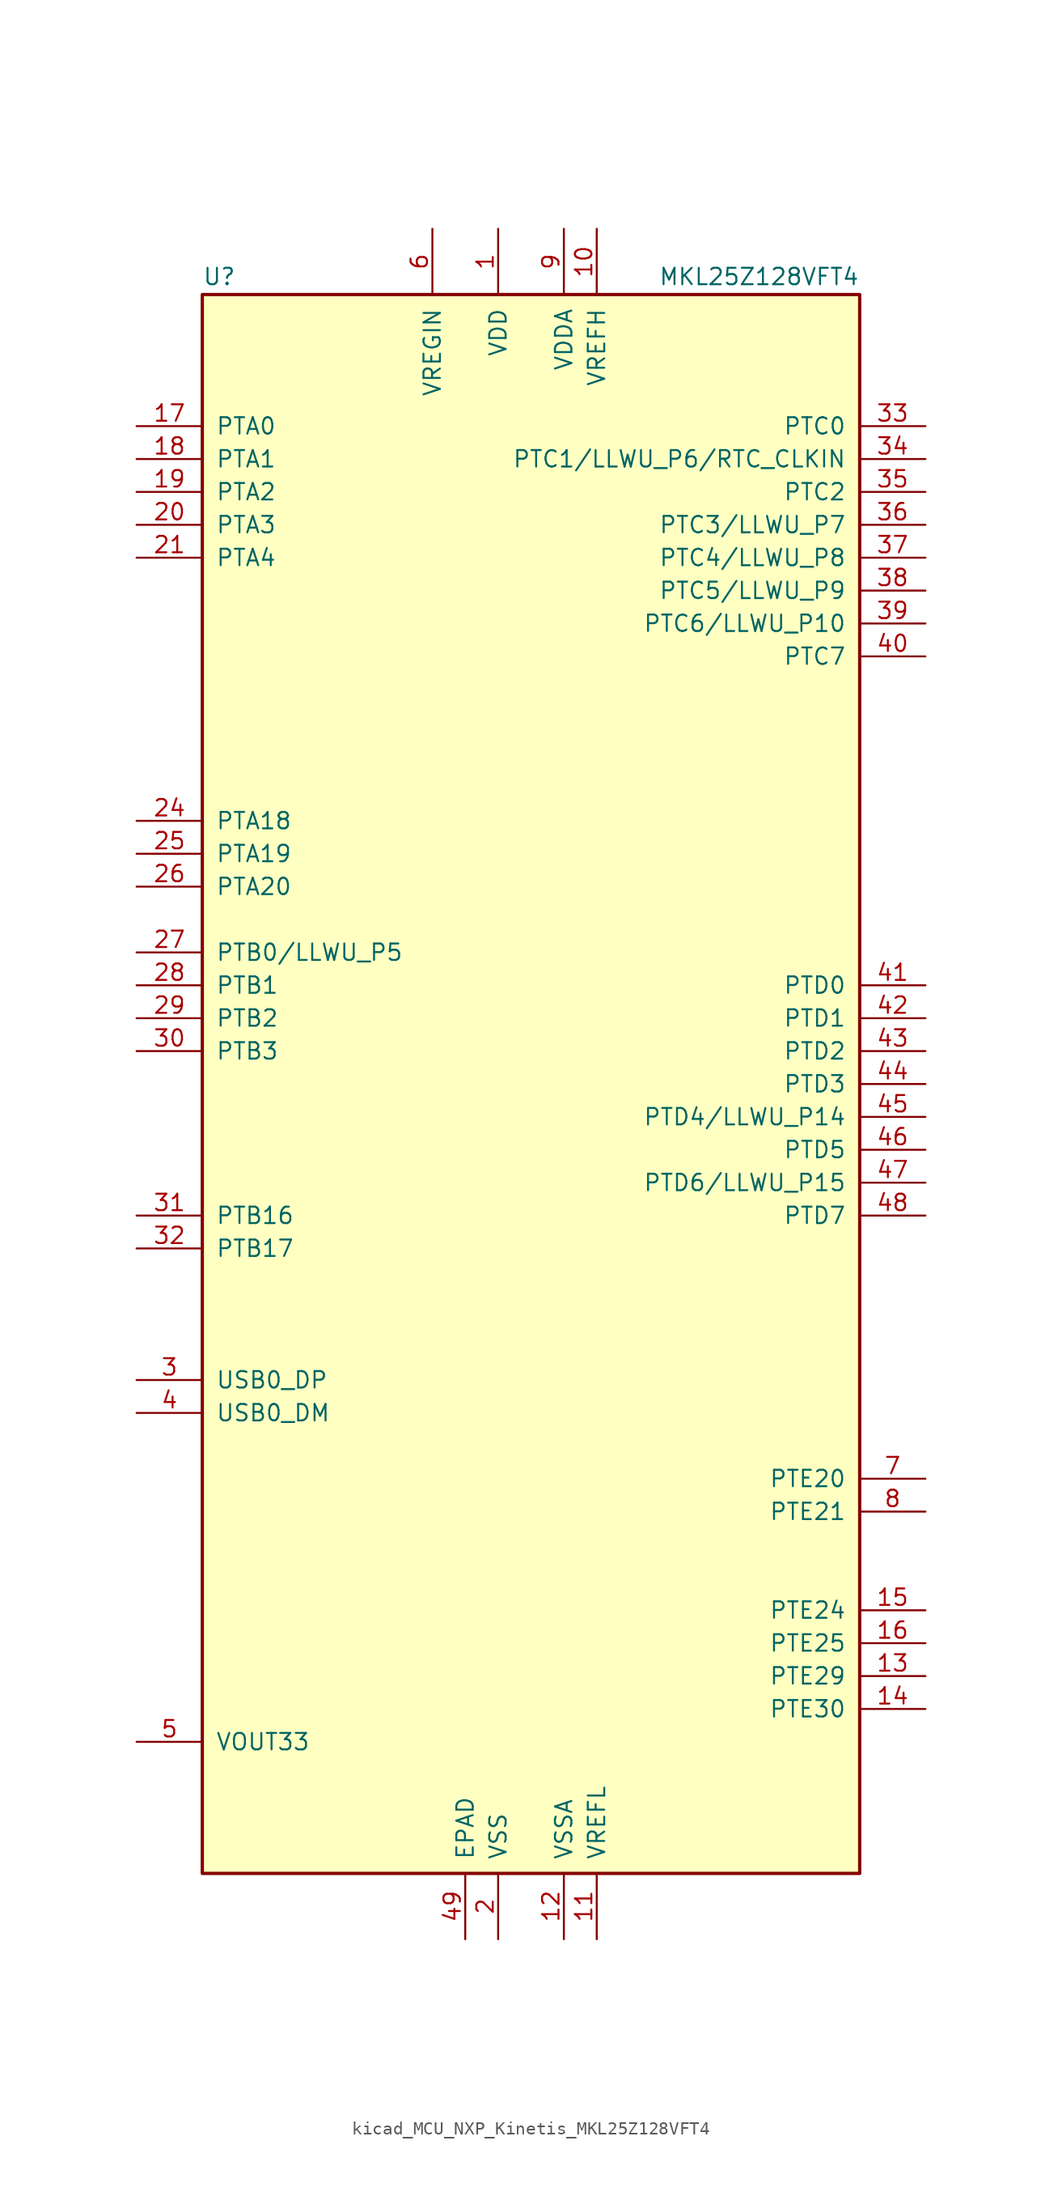
<source format=kicad_sym>
(kicad_symbol_lib
  (version 20220914)
  (generator kicad_symbol_editor)
  (symbol "kicad_MCU_NXP_Kinetis_MKL25Z128VFT4"
    (pin_names
      (offset 1.016))
    (property "Reference" "U"
      (at -25.4 61.595 0)
      (effects (font (size 1.27 1.27)) (justify left bottom)))
    (property "Value" "MKL25Z128VFT4"
      (at 25.4 61.595 0)
      (effects (font (size 1.27 1.27)) (justify right bottom)))
    (symbol "kicad_MCU_NXP_Kinetis_MKL25Z128VFT4_0_1"
      (rectangle (start -25.4 60.96) (end 25.4 -60.96) (stroke (width 0.254) (type default)) (fill (type background))))
    (symbol "kicad_MCU_NXP_Kinetis_MKL25Z128VFT4_1_1"
      (pin power_in line (at -2.54 66.04 270) (length 5.08) (name "VDD" (effects (font (size 1.27 1.27)))) (number "1" (effects (font (size 1.27 1.27)))))
      (pin power_in line (at 5.08 66.04 270) (length 5.08) (name "VREFH" (effects (font (size 1.27 1.27)))) (number "10" (effects (font (size 1.27 1.27)))))
      (pin power_in line (at 5.08 -66.04 90) (length 5.08) (name "VREFL" (effects (font (size 1.27 1.27)))) (number "11" (effects (font (size 1.27 1.27)))))
      (pin power_in line (at 2.54 -66.04 90) (length 5.08) (name "VSSA" (effects (font (size 1.27 1.27)))) (number "12" (effects (font (size 1.27 1.27)))))
      (pin bidirectional line (at 30.48 -45.72 180) (length 5.08) (name "PTE29" (effects (font (size 1.27 1.27)))) (number "13" (effects (font (size 1.27 1.27)))))
      (pin bidirectional line (at 30.48 -48.26 180) (length 5.08) (name "PTE30" (effects (font (size 1.27 1.27)))) (number "14" (effects (font (size 1.27 1.27)))))
      (pin bidirectional line (at 30.48 -40.64 180) (length 5.08) (name "PTE24" (effects (font (size 1.27 1.27)))) (number "15" (effects (font (size 1.27 1.27)))))
      (pin bidirectional line (at 30.48 -43.18 180) (length 5.08) (name "PTE25" (effects (font (size 1.27 1.27)))) (number "16" (effects (font (size 1.27 1.27)))))
      (pin bidirectional line (at -30.48 50.8 0) (length 5.08) (name "PTA0" (effects (font (size 1.27 1.27)))) (number "17" (effects (font (size 1.27 1.27)))))
      (pin bidirectional line (at -30.48 48.26 0) (length 5.08) (name "PTA1" (effects (font (size 1.27 1.27)))) (number "18" (effects (font (size 1.27 1.27)))))
      (pin bidirectional line (at -30.48 45.72 0) (length 5.08) (name "PTA2" (effects (font (size 1.27 1.27)))) (number "19" (effects (font (size 1.27 1.27)))))
      (pin power_in line (at -2.54 -66.04 90) (length 5.08) (name "VSS" (effects (font (size 1.27 1.27)))) (number "2" (effects (font (size 1.27 1.27)))))
      (pin bidirectional line (at -30.48 43.18 0) (length 5.08) (name "PTA3" (effects (font (size 1.27 1.27)))) (number "20" (effects (font (size 1.27 1.27)))))
      (pin bidirectional line (at -30.48 40.64 0) (length 5.08) (name "PTA4" (effects (font (size 1.27 1.27)))) (number "21" (effects (font (size 1.27 1.27)))))
      (pin passive line (at -2.54 66.04 270) (length 5.08) hide (name "VDD" (effects (font (size 1.27 1.27)))) (number "22" (effects (font (size 1.27 1.27)))))
      (pin passive line (at -2.54 -66.04 90) (length 5.08) hide (name "VSS" (effects (font (size 1.27 1.27)))) (number "23" (effects (font (size 1.27 1.27)))))
      (pin bidirectional line (at -30.48 20.32 0) (length 5.08) (name "PTA18" (effects (font (size 1.27 1.27)))) (number "24" (effects (font (size 1.27 1.27)))))
      (pin bidirectional line (at -30.48 17.78 0) (length 5.08) (name "PTA19" (effects (font (size 1.27 1.27)))) (number "25" (effects (font (size 1.27 1.27)))))
      (pin bidirectional line (at -30.48 15.24 0) (length 5.08) (name "PTA20" (effects (font (size 1.27 1.27)))) (number "26" (effects (font (size 1.27 1.27)))))
      (pin bidirectional line (at -30.48 10.16 0) (length 5.08) (name "PTB0/LLWU_P5" (effects (font (size 1.27 1.27)))) (number "27" (effects (font (size 1.27 1.27)))))
      (pin bidirectional line (at -30.48 7.62 0) (length 5.08) (name "PTB1" (effects (font (size 1.27 1.27)))) (number "28" (effects (font (size 1.27 1.27)))))
      (pin bidirectional line (at -30.48 5.08 0) (length 5.08) (name "PTB2" (effects (font (size 1.27 1.27)))) (number "29" (effects (font (size 1.27 1.27)))))
      (pin bidirectional line (at -30.48 -22.86 0) (length 5.08) (name "USB0_DP" (effects (font (size 1.27 1.27)))) (number "3" (effects (font (size 1.27 1.27)))))
      (pin bidirectional line (at -30.48 2.54 0) (length 5.08) (name "PTB3" (effects (font (size 1.27 1.27)))) (number "30" (effects (font (size 1.27 1.27)))))
      (pin bidirectional line (at -30.48 -10.16 0) (length 5.08) (name "PTB16" (effects (font (size 1.27 1.27)))) (number "31" (effects (font (size 1.27 1.27)))))
      (pin bidirectional line (at -30.48 -12.7 0) (length 5.08) (name "PTB17" (effects (font (size 1.27 1.27)))) (number "32" (effects (font (size 1.27 1.27)))))
      (pin bidirectional line (at 30.48 50.8 180) (length 5.08) (name "PTC0" (effects (font (size 1.27 1.27)))) (number "33" (effects (font (size 1.27 1.27)))))
      (pin bidirectional line (at 30.48 48.26 180) (length 5.08) (name "PTC1/LLWU_P6/RTC_CLKIN" (effects (font (size 1.27 1.27)))) (number "34" (effects (font (size 1.27 1.27)))))
      (pin bidirectional line (at 30.48 45.72 180) (length 5.08) (name "PTC2" (effects (font (size 1.27 1.27)))) (number "35" (effects (font (size 1.27 1.27)))))
      (pin bidirectional line (at 30.48 43.18 180) (length 5.08) (name "PTC3/LLWU_P7" (effects (font (size 1.27 1.27)))) (number "36" (effects (font (size 1.27 1.27)))))
      (pin bidirectional line (at 30.48 40.64 180) (length 5.08) (name "PTC4/LLWU_P8" (effects (font (size 1.27 1.27)))) (number "37" (effects (font (size 1.27 1.27)))))
      (pin bidirectional line (at 30.48 38.1 180) (length 5.08) (name "PTC5/LLWU_P9" (effects (font (size 1.27 1.27)))) (number "38" (effects (font (size 1.27 1.27)))))
      (pin bidirectional line (at 30.48 35.56 180) (length 5.08) (name "PTC6/LLWU_P10" (effects (font (size 1.27 1.27)))) (number "39" (effects (font (size 1.27 1.27)))))
      (pin bidirectional line (at -30.48 -25.4 0) (length 5.08) (name "USB0_DM" (effects (font (size 1.27 1.27)))) (number "4" (effects (font (size 1.27 1.27)))))
      (pin bidirectional line (at 30.48 33.02 180) (length 5.08) (name "PTC7" (effects (font (size 1.27 1.27)))) (number "40" (effects (font (size 1.27 1.27)))))
      (pin bidirectional line (at 30.48 7.62 180) (length 5.08) (name "PTD0" (effects (font (size 1.27 1.27)))) (number "41" (effects (font (size 1.27 1.27)))))
      (pin bidirectional line (at 30.48 5.08 180) (length 5.08) (name "PTD1" (effects (font (size 1.27 1.27)))) (number "42" (effects (font (size 1.27 1.27)))))
      (pin bidirectional line (at 30.48 2.54 180) (length 5.08) (name "PTD2" (effects (font (size 1.27 1.27)))) (number "43" (effects (font (size 1.27 1.27)))))
      (pin bidirectional line (at 30.48 0 180) (length 5.08) (name "PTD3" (effects (font (size 1.27 1.27)))) (number "44" (effects (font (size 1.27 1.27)))))
      (pin bidirectional line (at 30.48 -2.54 180) (length 5.08) (name "PTD4/LLWU_P14" (effects (font (size 1.27 1.27)))) (number "45" (effects (font (size 1.27 1.27)))))
      (pin bidirectional line (at 30.48 -5.08 180) (length 5.08) (name "PTD5" (effects (font (size 1.27 1.27)))) (number "46" (effects (font (size 1.27 1.27)))))
      (pin bidirectional line (at 30.48 -7.62 180) (length 5.08) (name "PTD6/LLWU_P15" (effects (font (size 1.27 1.27)))) (number "47" (effects (font (size 1.27 1.27)))))
      (pin bidirectional line (at 30.48 -10.16 180) (length 5.08) (name "PTD7" (effects (font (size 1.27 1.27)))) (number "48" (effects (font (size 1.27 1.27)))))
      (pin power_in line (at -5.08 -66.04 90) (length 5.08) (name "EPAD" (effects (font (size 1.27 1.27)))) (number "49" (effects (font (size 1.27 1.27)))))
      (pin power_out line (at -30.48 -50.8 0) (length 5.08) (name "VOUT33" (effects (font (size 1.27 1.27)))) (number "5" (effects (font (size 1.27 1.27)))))
      (pin power_in line (at -7.62 66.04 270) (length 5.08) (name "VREGIN" (effects (font (size 1.27 1.27)))) (number "6" (effects (font (size 1.27 1.27)))))
      (pin bidirectional line (at 30.48 -30.48 180) (length 5.08) (name "PTE20" (effects (font (size 1.27 1.27)))) (number "7" (effects (font (size 1.27 1.27)))))
      (pin bidirectional line (at 30.48 -33.02 180) (length 5.08) (name "PTE21" (effects (font (size 1.27 1.27)))) (number "8" (effects (font (size 1.27 1.27)))))
      (pin power_in line (at 2.54 66.04 270) (length 5.08) (name "VDDA" (effects (font (size 1.27 1.27)))) (number "9" (effects (font (size 1.27 1.27))))))))
</source>
